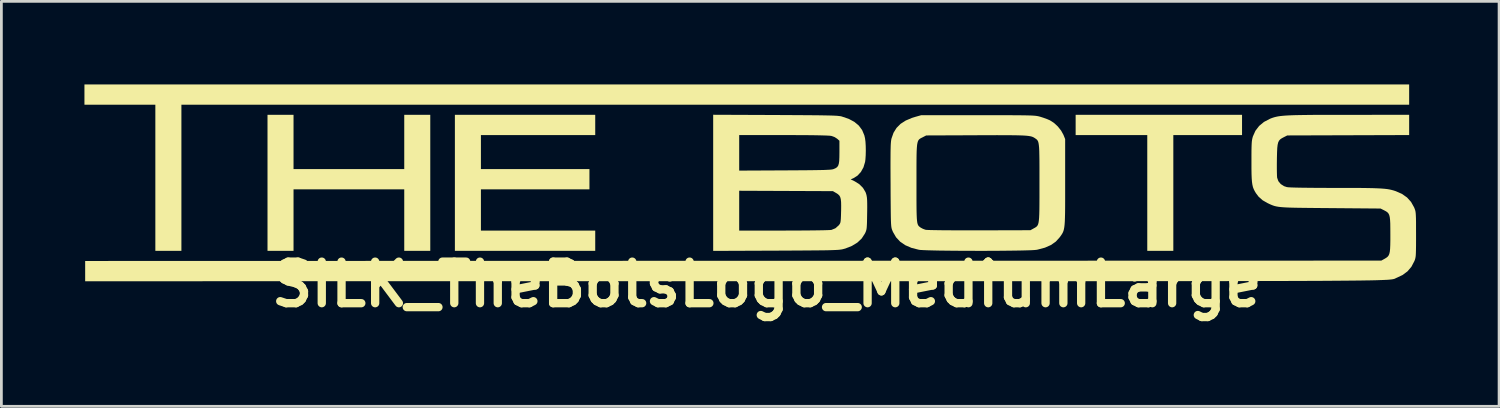
<source format=kicad_pcb>
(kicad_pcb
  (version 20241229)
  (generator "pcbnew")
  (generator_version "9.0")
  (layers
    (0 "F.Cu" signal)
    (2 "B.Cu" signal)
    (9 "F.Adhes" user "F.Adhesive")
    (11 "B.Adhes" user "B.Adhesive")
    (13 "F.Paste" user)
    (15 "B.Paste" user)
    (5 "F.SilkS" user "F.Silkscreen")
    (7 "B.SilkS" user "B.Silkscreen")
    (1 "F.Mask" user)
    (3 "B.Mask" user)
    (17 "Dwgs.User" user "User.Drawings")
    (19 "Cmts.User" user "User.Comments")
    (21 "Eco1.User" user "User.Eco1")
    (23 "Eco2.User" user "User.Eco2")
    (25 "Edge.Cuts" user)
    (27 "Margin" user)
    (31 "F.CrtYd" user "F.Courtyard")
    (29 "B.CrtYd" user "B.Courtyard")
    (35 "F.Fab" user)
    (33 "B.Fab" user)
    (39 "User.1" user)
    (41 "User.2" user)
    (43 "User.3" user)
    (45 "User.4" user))
  (footprint "SILK_TheBotsLogo_MediumLarge"
    (layer "F.Cu")
    (at 24.146 3.58)
    (property "Reference" "SILK_TheBotsLogo_MediumLarge" (at 0.497 3.642 0) (layer "F.SilkS") (effects (font (size 1.5 1.5) (thickness 0.3))))
    (attr board_only exclude_from_pos_files exclude_from_bom)
    (fp_poly (pts (xy 17.665 -2.117) (xy 17.665 -1.751) (xy 16.424 -1.751) (xy 15.183 -1.751) (xy 15.183 0.34) (xy 15.183 2.43) (xy 14.712 2.43) (xy 14.242 2.43) (xy 14.242 0.34) (xy 14.242 -1.751) (xy 12.948 -1.751) (xy 11.655 -1.751) (xy 11.655 -2.117) (xy 11.655 -2.483) (xy 14.66 -2.483) (xy 17.665 -2.483)) (stroke (width 0) (type solid)) (fill yes) (layer "F.SilkS"))
    (fp_poly (pts (xy 23.701 -3.214) (xy 23.701 -2.848) (xy 1.529 -2.848) (xy -20.644 -2.848) (xy -20.644 -0.209) (xy -20.644 2.43) (xy -21.114 2.43) (xy -21.585 2.43) (xy -21.585 -0.209) (xy -21.585 -2.848) (xy -22.865 -2.848) (xy -24.146 -2.848) (xy -24.146 -3.214) (xy -24.146 -3.58) (xy -0.222 -3.58) (xy 23.701 -3.58)) (stroke (width 0) (type solid)) (fill yes) (layer "F.SilkS"))
    (fp_poly (pts (xy -16.594 -1.503) (xy -16.594 -0.523) (xy -14.595 -0.523) (xy -12.595 -0.523) (xy -12.595 -1.503) (xy -12.595 -2.483) (xy -12.125 -2.483) (xy -11.655 -2.483) (xy -11.655 -0.026) (xy -11.655 2.43) (xy -12.125 2.43) (xy -12.595 2.43) (xy -12.595 1.32) (xy -12.595 0.209) (xy -14.595 0.209) (xy -16.594 0.209) (xy -16.594 1.32) (xy -16.594 2.43) (xy -17.064 2.43) (xy -17.534 2.43) (xy -17.534 -0.026) (xy -17.534 -2.483) (xy -17.064 -2.483) (xy -16.594 -2.483)) (stroke (width 0) (type solid)) (fill yes) (layer "F.SilkS"))
    (fp_poly (pts (xy -5.697 -2.117) (xy -5.697 -1.751) (xy -7.761 -1.751) (xy -9.826 -1.751) (xy -9.826 -1.137) (xy -9.826 -0.523) (xy -7.866 -0.523) (xy -5.906 -0.523) (xy -5.906 -0.157) (xy -5.906 0.209) (xy -7.866 0.209) (xy -9.826 0.209) (xy -9.826 0.954) (xy -9.826 1.699) (xy -7.761 1.699) (xy -5.697 1.699) (xy -5.697 2.064) (xy -5.697 2.43) (xy -8.231 2.43) (xy -10.766 2.43) (xy -10.766 -0.026) (xy -10.766 -2.483) (xy -8.231 -2.483) (xy -5.697 -2.483)) (stroke (width 0) (type solid)) (fill yes) (layer "F.SilkS"))
    (fp_poly (pts (xy 0.804 -2.476) (xy 1.203 -2.474) (xy 1.554 -2.472) (xy 1.859 -2.47) (xy 2.123 -2.468) (xy 2.348 -2.466) (xy 2.537 -2.463) (xy 2.696 -2.46) (xy 2.826 -2.457) (xy 2.931 -2.453) (xy 3.015 -2.449) (xy 3.081 -2.443) (xy 3.132 -2.437) (xy 3.173 -2.431) (xy 3.205 -2.423) (xy 3.456 -2.338) (xy 3.661 -2.229) (xy 3.823 -2.094) (xy 3.943 -1.932) (xy 4.023 -1.741) (xy 4.048 -1.634) (xy 4.064 -1.511) (xy 4.073 -1.356) (xy 4.076 -1.186) (xy 4.072 -1.019) (xy 4.062 -0.872) (xy 4.05 -0.782) (xy 3.991 -0.585) (xy 3.897 -0.417) (xy 3.772 -0.283) (xy 3.633 -0.196) (xy 3.53 -0.15) (xy 3.679 -0.079) (xy 3.841 0.023) (xy 3.973 0.155) (xy 4.065 0.308) (xy 4.09 0.378) (xy 4.105 0.438) (xy 4.116 0.507) (xy 4.123 0.593) (xy 4.126 0.704) (xy 4.127 0.849) (xy 4.125 1.036) (xy 4.124 1.092) (xy 4.121 1.279) (xy 4.118 1.421) (xy 4.113 1.528) (xy 4.107 1.607) (xy 4.097 1.667) (xy 4.083 1.715) (xy 4.065 1.761) (xy 4.042 1.808) (xy 3.929 1.982) (xy 3.772 2.131) (xy 3.574 2.252) (xy 3.34 2.345) (xy 3.248 2.37) (xy 3.212 2.378) (xy 3.169 2.384) (xy 3.116 2.391) (xy 3.049 2.396) (xy 2.965 2.4) (xy 2.86 2.404) (xy 2.73 2.408) (xy 2.573 2.411) (xy 2.385 2.413) (xy 2.162 2.415) (xy 1.901 2.417) (xy 1.598 2.419) (xy 1.25 2.421) (xy 0.854 2.423) (xy 0.817 2.423) (xy -1.437 2.432) (xy -1.437 0.26) (xy -0.497 0.26) (xy -0.497 0.979) (xy -0.497 1.699) (xy 1.117 1.698) (xy 1.406 1.697) (xy 1.681 1.696) (xy 1.939 1.694) (xy 2.173 1.692) (xy 2.38 1.689) (xy 2.554 1.686) (xy 2.69 1.682) (xy 2.785 1.678) (xy 2.832 1.674) (xy 2.833 1.674) (xy 2.976 1.616) (xy 3.094 1.513) (xy 3.121 1.48) (xy 3.142 1.447) (xy 3.157 1.409) (xy 3.167 1.354) (xy 3.174 1.275) (xy 3.179 1.162) (xy 3.183 1.007) (xy 3.184 0.985) (xy 3.186 0.802) (xy 3.183 0.662) (xy 3.171 0.559) (xy 3.15 0.483) (xy 3.116 0.427) (xy 3.066 0.381) (xy 2.999 0.338) (xy 2.996 0.337) (xy 2.888 0.274) (xy 1.196 0.267) (xy -0.497 0.26) (xy -1.437 0.26) (xy -1.437 -0.027) (xy -1.437 -1.751) (xy -0.497 -1.751) (xy -0.497 -1.109) (xy -0.497 -0.468) (xy 1.156 -0.476) (xy 1.5 -0.478) (xy 1.796 -0.48) (xy 2.047 -0.482) (xy 2.257 -0.485) (xy 2.431 -0.488) (xy 2.571 -0.491) (xy 2.681 -0.496) (xy 2.766 -0.5) (xy 2.829 -0.506) (xy 2.874 -0.513) (xy 2.905 -0.521) (xy 2.911 -0.523) (xy 2.984 -0.555) (xy 3.038 -0.592) (xy 3.076 -0.643) (xy 3.1 -0.714) (xy 3.115 -0.815) (xy 3.121 -0.953) (xy 3.123 -1.128) (xy 3.123 -1.546) (xy 3.04 -1.62) (xy 2.95 -1.678) (xy 2.838 -1.719) (xy 2.824 -1.722) (xy 2.762 -1.729) (xy 2.648 -1.735) (xy 2.483 -1.74) (xy 2.266 -1.745) (xy 1.997 -1.748) (xy 1.676 -1.75) (xy 1.303 -1.751) (xy 1.096 -1.751) (xy -0.497 -1.751) (xy -1.437 -1.751) (xy -1.437 -2.485)) (stroke (width 0) (type solid)) (fill yes) (layer "F.SilkS"))
    (fp_poly (pts (xy 8.127 -2.469) (xy 8.503 -2.469) (xy 8.83 -2.469) (xy 9.112 -2.468) (xy 9.354 -2.468) (xy 9.558 -2.467) (xy 9.729 -2.465) (xy 9.869 -2.463) (xy 9.984 -2.46) (xy 10.077 -2.457) (xy 10.15 -2.452) (xy 10.21 -2.447) (xy 10.258 -2.44) (xy 10.298 -2.433) (xy 10.335 -2.424) (xy 10.373 -2.414) (xy 10.38 -2.412) (xy 10.501 -2.373) (xy 10.627 -2.327) (xy 10.728 -2.283) (xy 10.873 -2.19) (xy 11.012 -2.061) (xy 11.13 -1.913) (xy 11.214 -1.761) (xy 11.215 -1.758) (xy 11.276 -1.607) (xy 11.276 -0.039) (xy 11.276 0.3) (xy 11.276 0.592) (xy 11.275 0.84) (xy 11.273 1.049) (xy 11.269 1.222) (xy 11.264 1.365) (xy 11.256 1.481) (xy 11.245 1.575) (xy 11.231 1.651) (xy 11.214 1.714) (xy 11.192 1.767) (xy 11.166 1.816) (xy 11.135 1.863) (xy 11.099 1.914) (xy 11.079 1.941) (xy 10.94 2.095) (xy 10.764 2.219) (xy 10.547 2.315) (xy 10.288 2.384) (xy 10.244 2.393) (xy 10.176 2.4) (xy 10.062 2.407) (xy 9.907 2.412) (xy 9.715 2.417) (xy 9.492 2.421) (xy 9.243 2.424) (xy 8.973 2.427) (xy 8.688 2.429) (xy 8.393 2.43) (xy 8.093 2.43) (xy 7.794 2.429) (xy 7.5 2.428) (xy 7.218 2.426) (xy 6.952 2.423) (xy 6.707 2.42) (xy 6.489 2.415) (xy 6.303 2.41) (xy 6.155 2.404) (xy 6.049 2.398) (xy 5.997 2.392) (xy 5.729 2.324) (xy 5.503 2.227) (xy 5.317 2.1) (xy 5.169 1.941) (xy 5.057 1.748) (xy 5.038 1.703) (xy 5.025 1.671) (xy 5.014 1.639) (xy 5.005 1.604) (xy 4.998 1.561) (xy 4.992 1.505) (xy 4.987 1.432) (xy 4.983 1.338) (xy 4.98 1.218) (xy 4.978 1.069) (xy 4.976 0.885) (xy 4.974 0.662) (xy 4.972 0.396) (xy 4.971 0.083) (xy 4.971 0.044) (xy 4.969 -0.283) (xy 4.969 -0.313) (xy 5.906 -0.313) (xy 5.906 -0.019) (xy 5.906 0.299) (xy 5.906 0.568) (xy 5.907 0.794) (xy 5.909 0.98) (xy 5.913 1.131) (xy 5.918 1.251) (xy 5.926 1.344) (xy 5.936 1.415) (xy 5.95 1.468) (xy 5.967 1.506) (xy 5.988 1.535) (xy 6.014 1.559) (xy 6.044 1.581) (xy 6.059 1.592) (xy 6.139 1.635) (xy 6.229 1.668) (xy 6.236 1.67) (xy 6.28 1.674) (xy 6.372 1.678) (xy 6.508 1.681) (xy 6.685 1.684) (xy 6.897 1.687) (xy 7.142 1.688) (xy 7.416 1.69) (xy 7.713 1.69) (xy 8.031 1.69) (xy 8.179 1.69) (xy 10.022 1.685) (xy 10.139 1.62) (xy 10.183 1.596) (xy 10.22 1.573) (xy 10.251 1.548) (xy 10.277 1.516) (xy 10.298 1.473) (xy 10.314 1.415) (xy 10.326 1.337) (xy 10.335 1.235) (xy 10.341 1.105) (xy 10.345 0.943) (xy 10.347 0.745) (xy 10.348 0.506) (xy 10.348 0.222) (xy 10.348 -0.022) (xy 10.348 -0.34) (xy 10.348 -0.61) (xy 10.347 -0.836) (xy 10.344 -1.023) (xy 10.341 -1.174) (xy 10.335 -1.295) (xy 10.326 -1.388) (xy 10.315 -1.46) (xy 10.301 -1.513) (xy 10.282 -1.552) (xy 10.26 -1.581) (xy 10.233 -1.605) (xy 10.2 -1.628) (xy 10.185 -1.639) (xy 10.151 -1.66) (xy 10.116 -1.679) (xy 10.074 -1.695) (xy 10.023 -1.708) (xy 9.959 -1.719) (xy 9.878 -1.728) (xy 9.775 -1.735) (xy 9.648 -1.74) (xy 9.493 -1.744) (xy 9.305 -1.746) (xy 9.081 -1.747) (xy 8.817 -1.748) (xy 8.51 -1.747) (xy 8.155 -1.746) (xy 8.047 -1.745) (xy 6.257 -1.738) (xy 6.13 -1.672) (xy 6.083 -1.649) (xy 6.043 -1.627) (xy 6.01 -1.603) (xy 5.982 -1.572) (xy 5.96 -1.531) (xy 5.943 -1.475) (xy 5.929 -1.4) (xy 5.92 -1.301) (xy 5.913 -1.175) (xy 5.909 -1.018) (xy 5.907 -0.824) (xy 5.906 -0.591) (xy 5.906 -0.313) (xy 4.969 -0.313) (xy 4.968 -0.561) (xy 4.968 -0.796) (xy 4.969 -0.992) (xy 4.97 -1.153) (xy 4.973 -1.282) (xy 4.976 -1.386) (xy 4.981 -1.467) (xy 4.987 -1.531) (xy 4.994 -1.582) (xy 5.003 -1.623) (xy 5.004 -1.628) (xy 5.077 -1.835) (xy 5.185 -2.009) (xy 5.329 -2.155) (xy 5.515 -2.275) (xy 5.744 -2.372) (xy 5.867 -2.41) (xy 6.076 -2.469)) (stroke (width 0) (type solid)) (fill yes) (layer "F.SilkS"))
    (fp_poly (pts (xy 23.701 -2.117) (xy 23.701 -1.752) (xy 21.5 -1.745) (xy 19.298 -1.738) (xy 19.168 -1.672) (xy 19.097 -1.634) (xy 19.042 -1.595) (xy 19 -1.547) (xy 18.97 -1.484) (xy 18.95 -1.399) (xy 18.937 -1.285) (xy 18.93 -1.134) (xy 18.925 -0.941) (xy 18.924 -0.875) (xy 18.922 -0.703) (xy 18.922 -0.541) (xy 18.924 -0.4) (xy 18.927 -0.288) (xy 18.932 -0.217) (xy 18.933 -0.209) (xy 18.977 -0.086) (xy 19.063 0.018) (xy 19.182 0.094) (xy 19.285 0.128) (xy 19.346 0.135) (xy 19.459 0.141) (xy 19.624 0.146) (xy 19.841 0.15) (xy 20.109 0.153) (xy 20.427 0.156) (xy 20.797 0.157) (xy 21.022 0.157) (xy 21.383 0.157) (xy 21.696 0.158) (xy 21.966 0.159) (xy 22.196 0.162) (xy 22.391 0.166) (xy 22.555 0.172) (xy 22.693 0.179) (xy 22.808 0.188) (xy 22.907 0.199) (xy 22.991 0.213) (xy 23.066 0.23) (xy 23.137 0.249) (xy 23.207 0.272) (xy 23.217 0.275) (xy 23.442 0.374) (xy 23.625 0.503) (xy 23.77 0.664) (xy 23.88 0.86) (xy 23.891 0.887) (xy 23.907 0.93) (xy 23.921 0.972) (xy 23.931 1.019) (xy 23.938 1.079) (xy 23.943 1.157) (xy 23.947 1.261) (xy 23.949 1.395) (xy 23.949 1.568) (xy 23.95 1.784) (xy 23.95 1.842) (xy 23.95 2.07) (xy 23.949 2.252) (xy 23.947 2.395) (xy 23.944 2.505) (xy 23.94 2.588) (xy 23.933 2.652) (xy 23.923 2.702) (xy 23.911 2.745) (xy 23.895 2.787) (xy 23.89 2.8) (xy 23.783 3.004) (xy 23.641 3.171) (xy 23.461 3.304) (xy 23.26 3.399) (xy 23.242 3.407) (xy 23.227 3.413) (xy 23.214 3.42) (xy 23.202 3.426) (xy 23.189 3.433) (xy 23.175 3.438) (xy 23.158 3.444) (xy 23.138 3.449) (xy 23.114 3.454) (xy 23.084 3.459) (xy 23.048 3.464) (xy 23.004 3.468) (xy 22.953 3.473) (xy 22.891 3.477) (xy 22.819 3.48) (xy 22.736 3.484) (xy 22.64 3.487) (xy 22.531 3.491) (xy 22.407 3.494) (xy 22.268 3.497) (xy 22.112 3.499) (xy 21.939 3.502) (xy 21.747 3.504) (xy 21.536 3.506) (xy 21.304 3.508) (xy 21.05 3.51) (xy 20.774 3.512) (xy 20.475 3.514) (xy 20.15 3.515) (xy 19.8 3.517) (xy 19.424 3.518) (xy 19.02 3.519) (xy 18.587 3.52) (xy 18.124 3.521) (xy 17.631 3.522) (xy 17.106 3.523) (xy 16.549 3.523) (xy 15.957 3.524) (xy 15.331 3.524) (xy 14.67 3.525) (xy 13.971 3.525) (xy 13.235 3.526) (xy 12.46 3.526) (xy 11.645 3.526) (xy 10.79 3.526) (xy 9.892 3.526) (xy 8.952 3.527) (xy 7.968 3.527) (xy 6.939 3.527) (xy 5.865 3.527) (xy 4.743 3.527) (xy 3.574 3.527) (xy 2.356 3.527) (xy 1.087 3.527) (xy -0.232 3.527) (xy -0.699 3.527) (xy -24.12 3.528) (xy -24.12 3.162) (xy -24.12 2.796) (xy -0.712 2.79) (xy 22.695 2.783) (xy 22.813 2.718) (xy 22.873 2.682) (xy 22.921 2.645) (xy 22.957 2.6) (xy 22.983 2.542) (xy 23.002 2.463) (xy 23.013 2.357) (xy 23.019 2.217) (xy 23.022 2.037) (xy 23.022 1.842) (xy 23.021 1.622) (xy 23.019 1.447) (xy 23.012 1.312) (xy 23 1.21) (xy 22.98 1.134) (xy 22.952 1.079) (xy 22.913 1.036) (xy 22.862 1.001) (xy 22.798 0.967) (xy 22.669 0.902) (xy 20.866 0.887) (xy 20.504 0.884) (xy 20.19 0.881) (xy 19.92 0.878) (xy 19.689 0.875) (xy 19.495 0.871) (xy 19.332 0.866) (xy 19.197 0.859) (xy 19.085 0.851) (xy 18.993 0.841) (xy 18.915 0.828) (xy 18.849 0.813) (xy 18.789 0.794) (xy 18.732 0.772) (xy 18.674 0.747) (xy 18.611 0.717) (xy 18.591 0.708) (xy 18.406 0.602) (xy 18.259 0.47) (xy 18.166 0.346) (xy 18.122 0.272) (xy 18.087 0.202) (xy 18.059 0.128) (xy 18.039 0.042) (xy 18.024 -0.06) (xy 18.014 -0.188) (xy 18.008 -0.346) (xy 18.005 -0.543) (xy 18.005 -0.785) (xy 18.005 -0.799) (xy 18.005 -1.019) (xy 18.006 -1.194) (xy 18.009 -1.331) (xy 18.013 -1.438) (xy 18.019 -1.52) (xy 18.028 -1.585) (xy 18.04 -1.641) (xy 18.055 -1.695) (xy 18.057 -1.702) (xy 18.148 -1.906) (xy 18.282 -2.081) (xy 18.457 -2.226) (xy 18.673 -2.339) (xy 18.709 -2.354) (xy 18.769 -2.376) (xy 18.829 -2.395) (xy 18.893 -2.411) (xy 18.964 -2.426) (xy 19.046 -2.438) (xy 19.143 -2.448) (xy 19.258 -2.457) (xy 19.395 -2.464) (xy 19.556 -2.47) (xy 19.747 -2.474) (xy 19.97 -2.477) (xy 20.229 -2.48) (xy 20.527 -2.481) (xy 20.868 -2.482) (xy 21.255 -2.482) (xy 21.526 -2.482) (xy 23.701 -2.483)) (stroke (width 0) (type solid)) (fill yes) (layer "F.SilkS")))
  (gr_rect
    (start -3 -3)
    (end 51.095 11.626)
    (stroke (width 0.1) (type default))
    (fill no)
    (layer "Edge.Cuts")))
</source>
